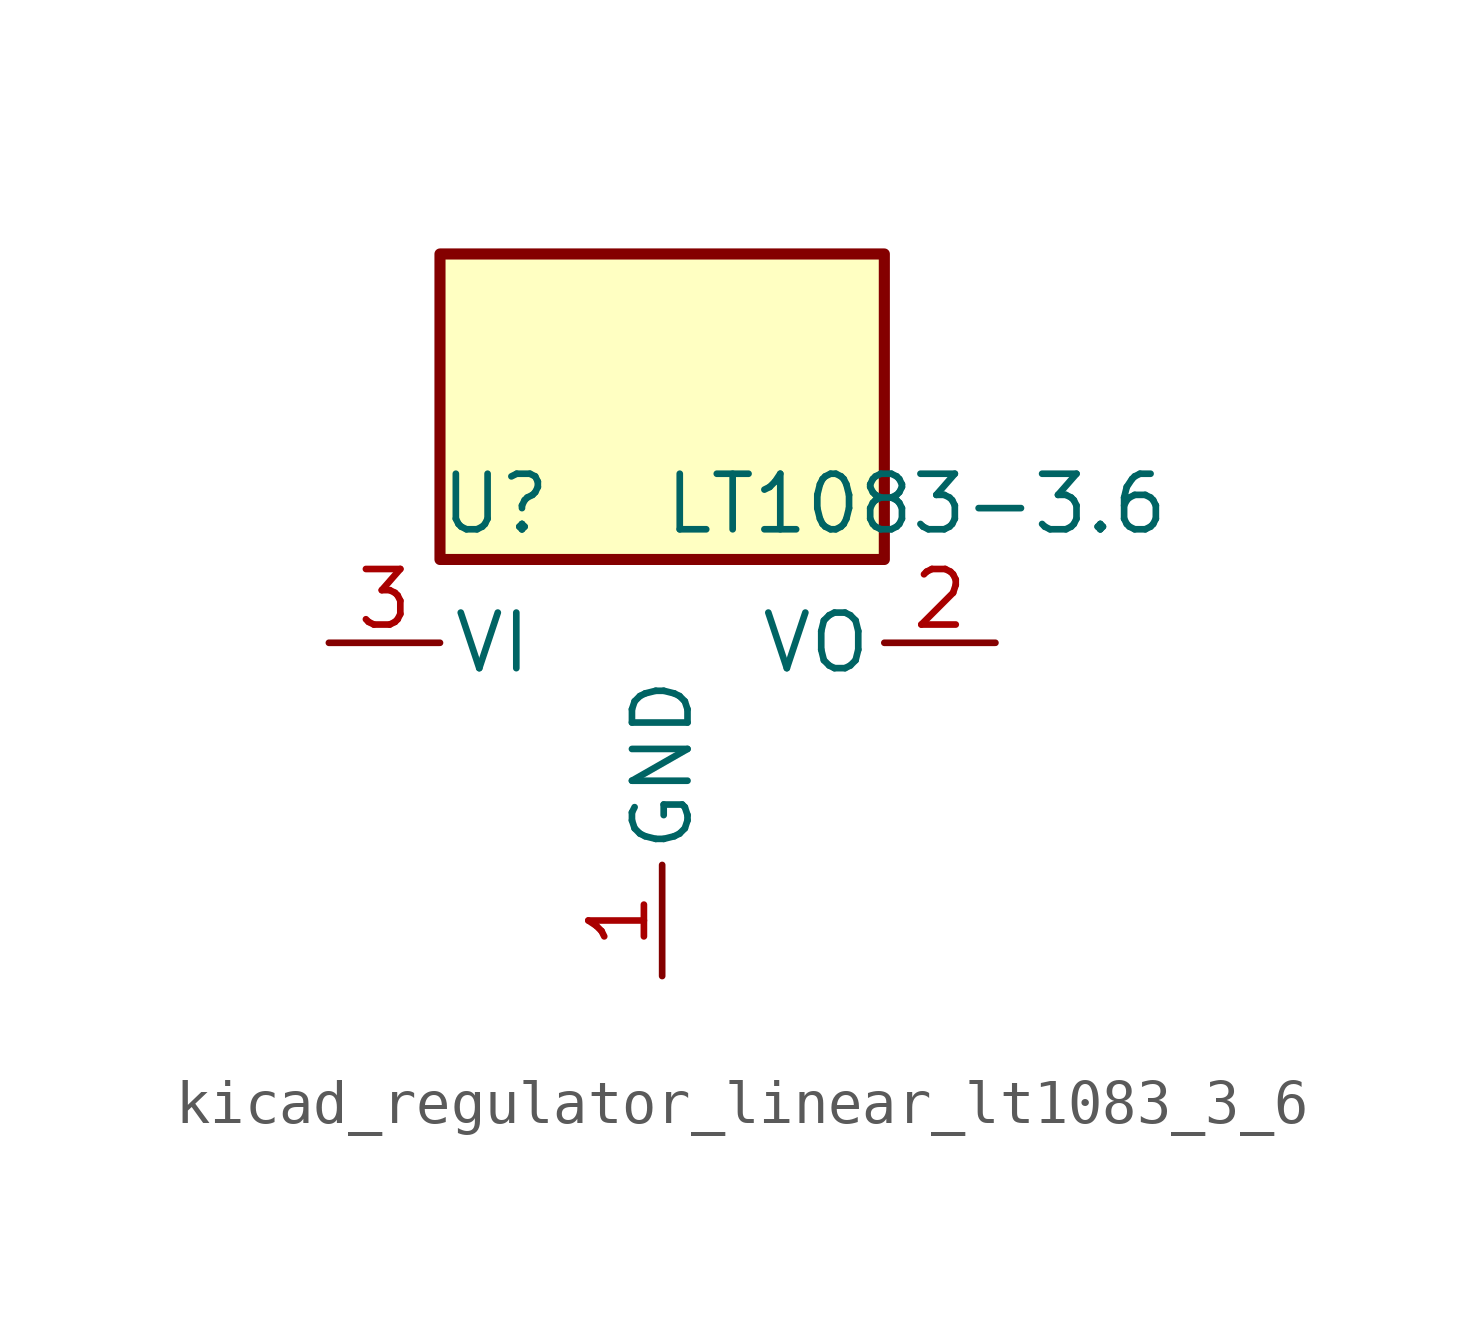
<source format=kicad_sym>
(kicad_symbol_lib
  (version 20220914)
  (generator kicad_symbol_editor)
  (symbol "kicad_regulator_linear_lt1083_3_6"
    (pin_names
      (offset 0.254))
    (property "Reference" "U"
      (at -3.81 3.175 0)
      (effects (font (size 1.27 1.27))))
    (property "Value" "LT1083-3.6"
      (at 0 3.175 0)
      (effects (font (size 1.27 1.27)) (justify left)))
    (symbol "kicad_regulator_linear_lt1083_3_6_0_1"
      (rectangle (start 5.08 8.89) (end -5.08 1.905) (stroke (width 0.254) (type default)) (fill (type background))))
    (symbol "kicad_regulator_linear_lt1083_3_6_1_1"
      (pin power_in line (at 0 -7.62 90) (length 2.54) (name "GND" (effects (font (size 1.27 1.27)))) (number "1" (effects (font (size 1.27 1.27)))))
      (pin power_out line (at 7.62 0 180) (length 2.54) (name "VO" (effects (font (size 1.27 1.27)))) (number "2" (effects (font (size 1.27 1.27)))))
      (pin power_in line (at -7.62 0 0) (length 2.54) (name "VI" (effects (font (size 1.27 1.27)))) (number "3" (effects (font (size 1.27 1.27))))))))
</source>
